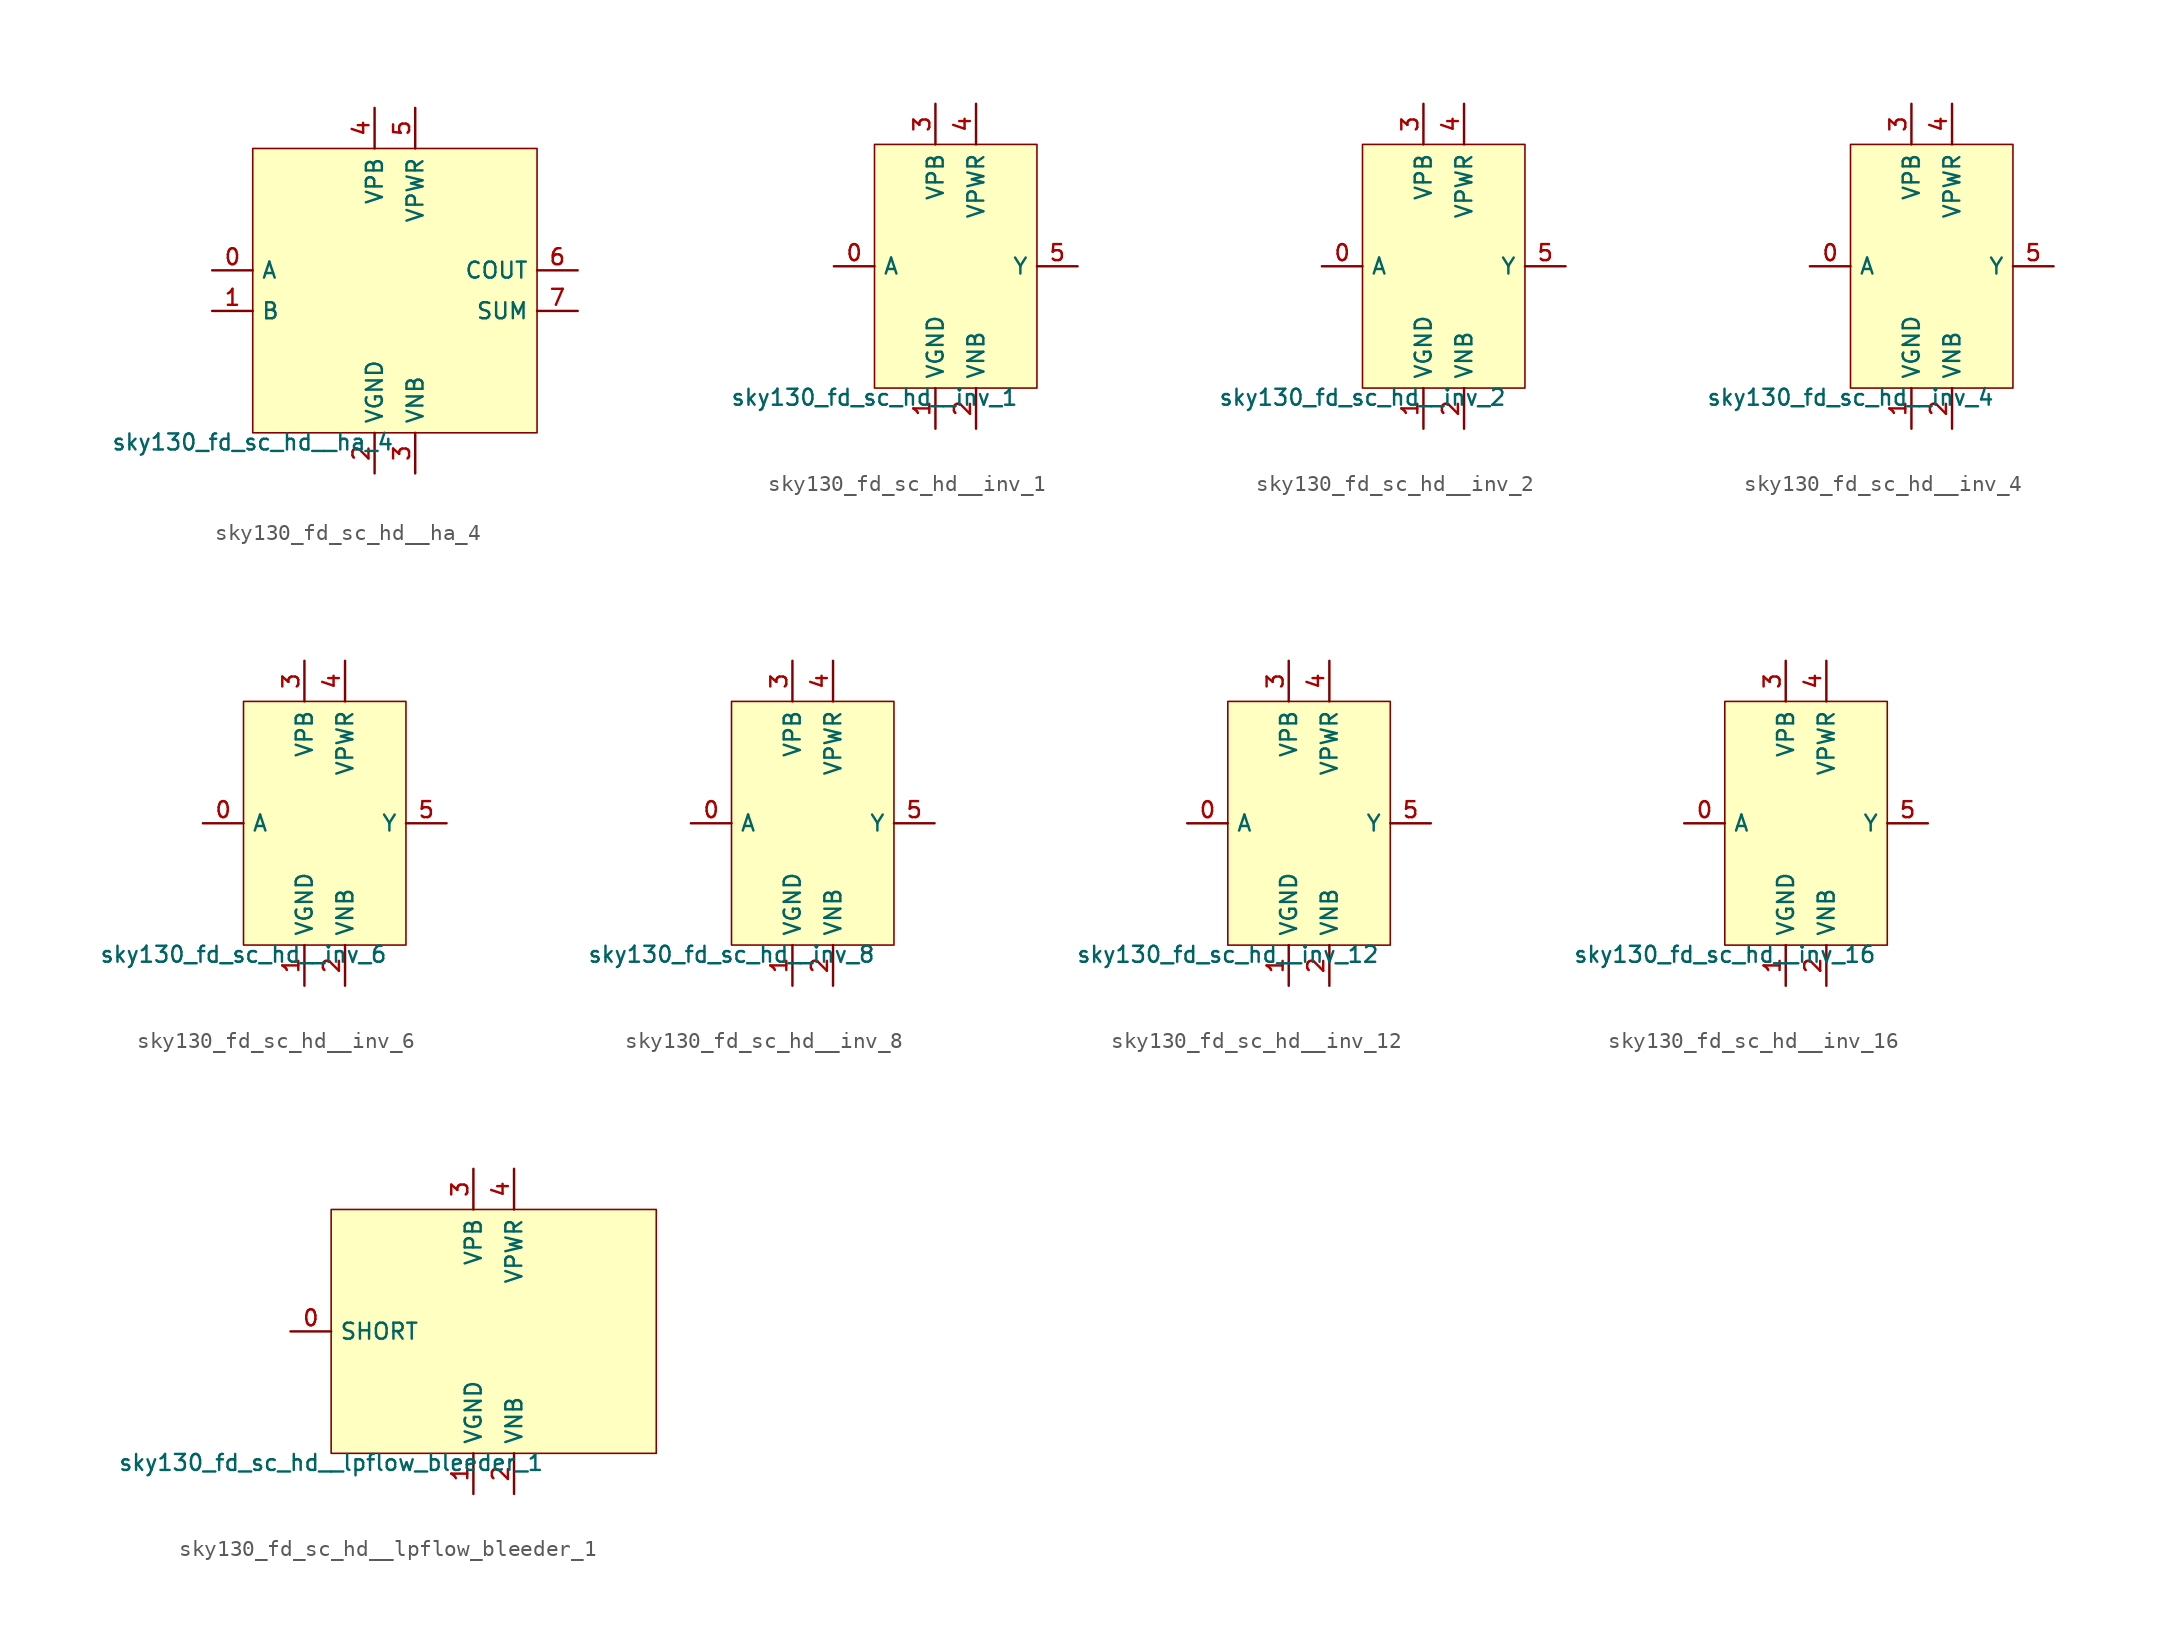
<source format=kicad_sym>
(kicad_symbol_lib
  (version 20211014)
  (generator lef2kicad_sym)
  (symbol "sky130_fd_sc_hd__ha_4"
    (property "Reference" "X"
      (at 0 0 0)
      (effects (font (size 1 1)) hide))
    (property "Value" "sky130_fd_sc_hd__ha_4"
      (at -8.89 -8.89 0)
      (effects (font (size 1 1)) (justify top)))
    (rectangle
      (start -8.89 -8.89)
      (end 8.89 8.89)
      (stroke (width 0.1) (type solid) (color 0 0 0 0))
      (fill (type background)))
    (pin input line
      (at -11.43 1.27 0)
      (length 2.54)
      (name "A" (effects (font (size 1 1)) hide))
      (number "0" (effects (font (size 1 1)) hide)))
    (pin input line
      (at -11.43 -1.27 0)
      (length 2.54)
      (name "B" (effects (font (size 1 1)) hide))
      (number "1" (effects (font (size 1 1)) hide)))
    (pin power_in line
      (at -1.27 -11.43 90)
      (length 2.54)
      (name "VGND" (effects (font (size 1 1)) hide))
      (number "2" (effects (font (size 1 1)) hide)))
    (pin power_in line
      (at 1.27 -11.43 90)
      (length 2.54)
      (name "VNB" (effects (font (size 1 1)) hide))
      (number "3" (effects (font (size 1 1)) hide)))
    (pin power_in line
      (at -1.27 11.43 270)
      (length 2.54)
      (name "VPB" (effects (font (size 1 1)) hide))
      (number "4" (effects (font (size 1 1)) hide)))
    (pin power_in line
      (at 1.27 11.43 270)
      (length 2.54)
      (name "VPWR" (effects (font (size 1 1)) hide))
      (number "5" (effects (font (size 1 1)) hide)))
    (pin output line
      (at 11.43 1.27 180)
      (length 2.54)
      (name "COUT" (effects (font (size 1 1)) hide))
      (number "6" (effects (font (size 1 1)) hide)))
    (pin output line
      (at 11.43 -1.27 180)
      (length 2.54)
      (name "SUM" (effects (font (size 1 1)) hide))
      (number "7" (effects (font (size 1 1)) hide))))
  (symbol "sky130_fd_sc_hd__inv_1"
    (property "Reference" "X"
      (at 0 0 0)
      (effects (font (size 1 1)) hide))
    (property "Value" "sky130_fd_sc_hd__inv_1"
      (at -5.08 -7.62 0)
      (effects (font (size 1 1)) (justify top)))
    (rectangle
      (start -5.08 -7.62)
      (end 5.08 7.62)
      (stroke (width 0.1) (type solid) (color 0 0 0 0))
      (fill (type background)))
    (pin input line
      (at -7.62 0.0 0)
      (length 2.54)
      (name "A" (effects (font (size 1 1)) hide))
      (number "0" (effects (font (size 1 1)) hide)))
    (pin power_in line
      (at -1.27 -10.16 90)
      (length 2.54)
      (name "VGND" (effects (font (size 1 1)) hide))
      (number "1" (effects (font (size 1 1)) hide)))
    (pin power_in line
      (at 1.27 -10.16 90)
      (length 2.54)
      (name "VNB" (effects (font (size 1 1)) hide))
      (number "2" (effects (font (size 1 1)) hide)))
    (pin power_in line
      (at -1.27 10.16 270)
      (length 2.54)
      (name "VPB" (effects (font (size 1 1)) hide))
      (number "3" (effects (font (size 1 1)) hide)))
    (pin power_in line
      (at 1.27 10.16 270)
      (length 2.54)
      (name "VPWR" (effects (font (size 1 1)) hide))
      (number "4" (effects (font (size 1 1)) hide)))
    (pin output line
      (at 7.62 0.0 180)
      (length 2.54)
      (name "Y" (effects (font (size 1 1)) hide))
      (number "5" (effects (font (size 1 1)) hide))))
  (symbol "sky130_fd_sc_hd__inv_2"
    (property "Reference" "X"
      (at 0 0 0)
      (effects (font (size 1 1)) hide))
    (property "Value" "sky130_fd_sc_hd__inv_2"
      (at -5.08 -7.62 0)
      (effects (font (size 1 1)) (justify top)))
    (rectangle
      (start -5.08 -7.62)
      (end 5.08 7.62)
      (stroke (width 0.1) (type solid) (color 0 0 0 0))
      (fill (type background)))
    (pin input line
      (at -7.62 0.0 0)
      (length 2.54)
      (name "A" (effects (font (size 1 1)) hide))
      (number "0" (effects (font (size 1 1)) hide)))
    (pin power_in line
      (at -1.27 -10.16 90)
      (length 2.54)
      (name "VGND" (effects (font (size 1 1)) hide))
      (number "1" (effects (font (size 1 1)) hide)))
    (pin power_in line
      (at 1.27 -10.16 90)
      (length 2.54)
      (name "VNB" (effects (font (size 1 1)) hide))
      (number "2" (effects (font (size 1 1)) hide)))
    (pin power_in line
      (at -1.27 10.16 270)
      (length 2.54)
      (name "VPB" (effects (font (size 1 1)) hide))
      (number "3" (effects (font (size 1 1)) hide)))
    (pin power_in line
      (at 1.27 10.16 270)
      (length 2.54)
      (name "VPWR" (effects (font (size 1 1)) hide))
      (number "4" (effects (font (size 1 1)) hide)))
    (pin output line
      (at 7.62 0.0 180)
      (length 2.54)
      (name "Y" (effects (font (size 1 1)) hide))
      (number "5" (effects (font (size 1 1)) hide))))
  (symbol "sky130_fd_sc_hd__inv_4"
    (property "Reference" "X"
      (at 0 0 0)
      (effects (font (size 1 1)) hide))
    (property "Value" "sky130_fd_sc_hd__inv_4"
      (at -5.08 -7.62 0)
      (effects (font (size 1 1)) (justify top)))
    (rectangle
      (start -5.08 -7.62)
      (end 5.08 7.62)
      (stroke (width 0.1) (type solid) (color 0 0 0 0))
      (fill (type background)))
    (pin input line
      (at -7.62 0.0 0)
      (length 2.54)
      (name "A" (effects (font (size 1 1)) hide))
      (number "0" (effects (font (size 1 1)) hide)))
    (pin power_in line
      (at -1.27 -10.16 90)
      (length 2.54)
      (name "VGND" (effects (font (size 1 1)) hide))
      (number "1" (effects (font (size 1 1)) hide)))
    (pin power_in line
      (at 1.27 -10.16 90)
      (length 2.54)
      (name "VNB" (effects (font (size 1 1)) hide))
      (number "2" (effects (font (size 1 1)) hide)))
    (pin power_in line
      (at -1.27 10.16 270)
      (length 2.54)
      (name "VPB" (effects (font (size 1 1)) hide))
      (number "3" (effects (font (size 1 1)) hide)))
    (pin power_in line
      (at 1.27 10.16 270)
      (length 2.54)
      (name "VPWR" (effects (font (size 1 1)) hide))
      (number "4" (effects (font (size 1 1)) hide)))
    (pin output line
      (at 7.62 0.0 180)
      (length 2.54)
      (name "Y" (effects (font (size 1 1)) hide))
      (number "5" (effects (font (size 1 1)) hide))))
  (symbol "sky130_fd_sc_hd__inv_6"
    (property "Reference" "X"
      (at 0 0 0)
      (effects (font (size 1 1)) hide))
    (property "Value" "sky130_fd_sc_hd__inv_6"
      (at -5.08 -7.62 0)
      (effects (font (size 1 1)) (justify top)))
    (rectangle
      (start -5.08 -7.62)
      (end 5.08 7.62)
      (stroke (width 0.1) (type solid) (color 0 0 0 0))
      (fill (type background)))
    (pin input line
      (at -7.62 0.0 0)
      (length 2.54)
      (name "A" (effects (font (size 1 1)) hide))
      (number "0" (effects (font (size 1 1)) hide)))
    (pin power_in line
      (at -1.27 -10.16 90)
      (length 2.54)
      (name "VGND" (effects (font (size 1 1)) hide))
      (number "1" (effects (font (size 1 1)) hide)))
    (pin power_in line
      (at 1.27 -10.16 90)
      (length 2.54)
      (name "VNB" (effects (font (size 1 1)) hide))
      (number "2" (effects (font (size 1 1)) hide)))
    (pin power_in line
      (at -1.27 10.16 270)
      (length 2.54)
      (name "VPB" (effects (font (size 1 1)) hide))
      (number "3" (effects (font (size 1 1)) hide)))
    (pin power_in line
      (at 1.27 10.16 270)
      (length 2.54)
      (name "VPWR" (effects (font (size 1 1)) hide))
      (number "4" (effects (font (size 1 1)) hide)))
    (pin output line
      (at 7.62 0.0 180)
      (length 2.54)
      (name "Y" (effects (font (size 1 1)) hide))
      (number "5" (effects (font (size 1 1)) hide))))
  (symbol "sky130_fd_sc_hd__inv_8"
    (property "Reference" "X"
      (at 0 0 0)
      (effects (font (size 1 1)) hide))
    (property "Value" "sky130_fd_sc_hd__inv_8"
      (at -5.08 -7.62 0)
      (effects (font (size 1 1)) (justify top)))
    (rectangle
      (start -5.08 -7.62)
      (end 5.08 7.62)
      (stroke (width 0.1) (type solid) (color 0 0 0 0))
      (fill (type background)))
    (pin input line
      (at -7.62 0.0 0)
      (length 2.54)
      (name "A" (effects (font (size 1 1)) hide))
      (number "0" (effects (font (size 1 1)) hide)))
    (pin power_in line
      (at -1.27 -10.16 90)
      (length 2.54)
      (name "VGND" (effects (font (size 1 1)) hide))
      (number "1" (effects (font (size 1 1)) hide)))
    (pin power_in line
      (at 1.27 -10.16 90)
      (length 2.54)
      (name "VNB" (effects (font (size 1 1)) hide))
      (number "2" (effects (font (size 1 1)) hide)))
    (pin power_in line
      (at -1.27 10.16 270)
      (length 2.54)
      (name "VPB" (effects (font (size 1 1)) hide))
      (number "3" (effects (font (size 1 1)) hide)))
    (pin power_in line
      (at 1.27 10.16 270)
      (length 2.54)
      (name "VPWR" (effects (font (size 1 1)) hide))
      (number "4" (effects (font (size 1 1)) hide)))
    (pin output line
      (at 7.62 0.0 180)
      (length 2.54)
      (name "Y" (effects (font (size 1 1)) hide))
      (number "5" (effects (font (size 1 1)) hide))))
  (symbol "sky130_fd_sc_hd__inv_12"
    (property "Reference" "X"
      (at 0 0 0)
      (effects (font (size 1 1)) hide))
    (property "Value" "sky130_fd_sc_hd__inv_12"
      (at -5.08 -7.62 0)
      (effects (font (size 1 1)) (justify top)))
    (rectangle
      (start -5.08 -7.62)
      (end 5.08 7.62)
      (stroke (width 0.1) (type solid) (color 0 0 0 0))
      (fill (type background)))
    (pin input line
      (at -7.62 0.0 0)
      (length 2.54)
      (name "A" (effects (font (size 1 1)) hide))
      (number "0" (effects (font (size 1 1)) hide)))
    (pin power_in line
      (at -1.27 -10.16 90)
      (length 2.54)
      (name "VGND" (effects (font (size 1 1)) hide))
      (number "1" (effects (font (size 1 1)) hide)))
    (pin power_in line
      (at 1.27 -10.16 90)
      (length 2.54)
      (name "VNB" (effects (font (size 1 1)) hide))
      (number "2" (effects (font (size 1 1)) hide)))
    (pin power_in line
      (at -1.27 10.16 270)
      (length 2.54)
      (name "VPB" (effects (font (size 1 1)) hide))
      (number "3" (effects (font (size 1 1)) hide)))
    (pin power_in line
      (at 1.27 10.16 270)
      (length 2.54)
      (name "VPWR" (effects (font (size 1 1)) hide))
      (number "4" (effects (font (size 1 1)) hide)))
    (pin output line
      (at 7.62 0.0 180)
      (length 2.54)
      (name "Y" (effects (font (size 1 1)) hide))
      (number "5" (effects (font (size 1 1)) hide))))
  (symbol "sky130_fd_sc_hd__inv_16"
    (property "Reference" "X"
      (at 0 0 0)
      (effects (font (size 1 1)) hide))
    (property "Value" "sky130_fd_sc_hd__inv_16"
      (at -5.08 -7.62 0)
      (effects (font (size 1 1)) (justify top)))
    (rectangle
      (start -5.08 -7.62)
      (end 5.08 7.62)
      (stroke (width 0.1) (type solid) (color 0 0 0 0))
      (fill (type background)))
    (pin input line
      (at -7.62 0.0 0)
      (length 2.54)
      (name "A" (effects (font (size 1 1)) hide))
      (number "0" (effects (font (size 1 1)) hide)))
    (pin power_in line
      (at -1.27 -10.16 90)
      (length 2.54)
      (name "VGND" (effects (font (size 1 1)) hide))
      (number "1" (effects (font (size 1 1)) hide)))
    (pin power_in line
      (at 1.27 -10.16 90)
      (length 2.54)
      (name "VNB" (effects (font (size 1 1)) hide))
      (number "2" (effects (font (size 1 1)) hide)))
    (pin power_in line
      (at -1.27 10.16 270)
      (length 2.54)
      (name "VPB" (effects (font (size 1 1)) hide))
      (number "3" (effects (font (size 1 1)) hide)))
    (pin power_in line
      (at 1.27 10.16 270)
      (length 2.54)
      (name "VPWR" (effects (font (size 1 1)) hide))
      (number "4" (effects (font (size 1 1)) hide)))
    (pin output line
      (at 7.62 0.0 180)
      (length 2.54)
      (name "Y" (effects (font (size 1 1)) hide))
      (number "5" (effects (font (size 1 1)) hide))))
  (symbol "sky130_fd_sc_hd__lpflow_bleeder_1"
    (property "Reference" "X"
      (at 0 0 0)
      (effects (font (size 1 1)) hide))
    (property "Value" "sky130_fd_sc_hd__lpflow_bleeder_1"
      (at -10.16 -7.62 0)
      (effects (font (size 1 1)) (justify top)))
    (rectangle
      (start -10.16 -7.62)
      (end 10.16 7.62)
      (stroke (width 0.1) (type solid) (color 0 0 0 0))
      (fill (type background)))
    (pin input line
      (at -12.7 0.0 0)
      (length 2.54)
      (name "SHORT" (effects (font (size 1 1)) hide))
      (number "0" (effects (font (size 1 1)) hide)))
    (pin power_in line
      (at -1.27 -10.16 90)
      (length 2.54)
      (name "VGND" (effects (font (size 1 1)) hide))
      (number "1" (effects (font (size 1 1)) hide)))
    (pin power_in line
      (at 1.27 -10.16 90)
      (length 2.54)
      (name "VNB" (effects (font (size 1 1)) hide))
      (number "2" (effects (font (size 1 1)) hide)))
    (pin power_in line
      (at -1.27 10.16 270)
      (length 2.54)
      (name "VPB" (effects (font (size 1 1)) hide))
      (number "3" (effects (font (size 1 1)) hide)))
    (pin power_in line
      (at 1.27 10.16 270)
      (length 2.54)
      (name "VPWR" (effects (font (size 1 1)) hide))
      (number "4" (effects (font (size 1 1)) hide)))))
</source>
